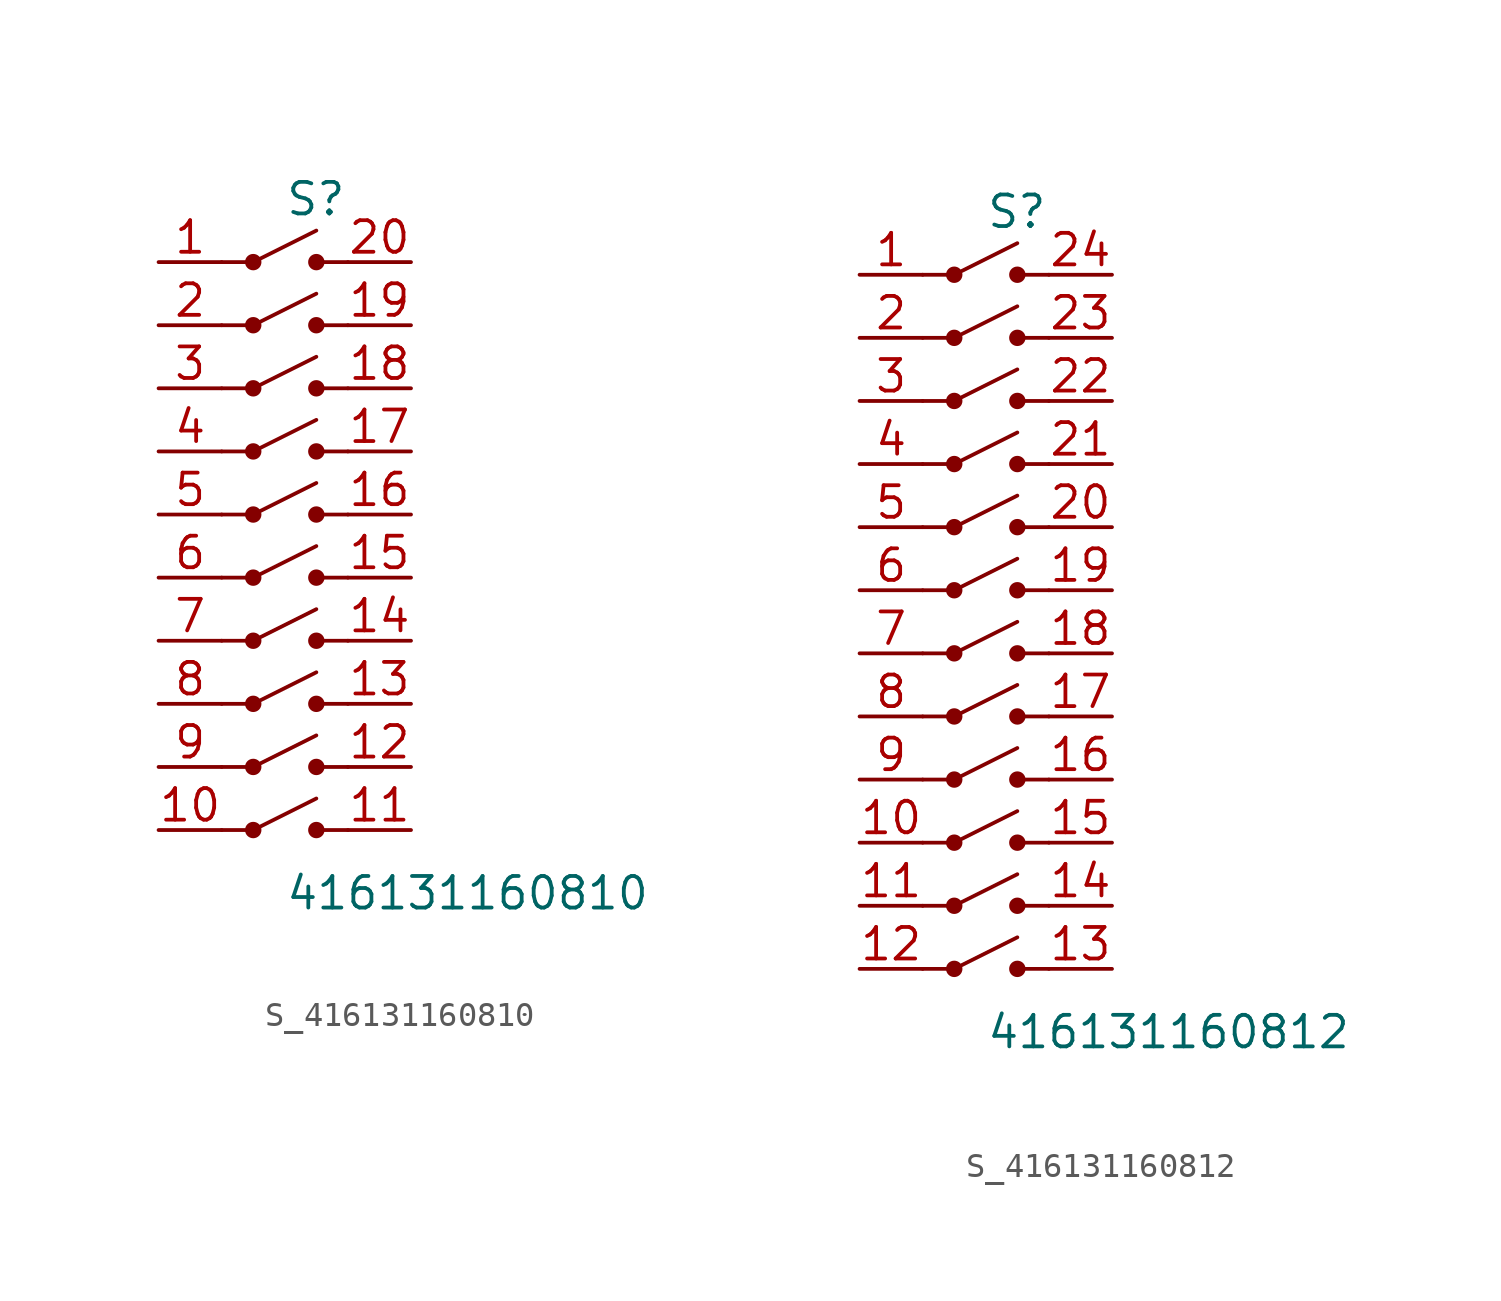
<source format=kicad_sym>
(kicad_symbol_lib
  (version 20231120)
  (generator kicad_symbol_editor)
  (generator_version 8.0)
  (symbol "S_416131160810"
    (pin_names
      (offset 0.254))
    (property "Reference" "S"
      (at 0.0 13.97 0)
      (effects (font (size 1.27 1.27)) (justify left)))
    (property "Value" "416131160810"
      (at 0.0 -13.97 0)
      (effects (font (size 1.27 1.27)) (justify left)))
    (symbol "S_416131160810_0_0"
      (pin unspecified line (at -5.08 11.43 0) (length 2.54) (name "" (effects (font (size 1.27 1.27)))) (number "1" (effects (font (size 1.27 1.27)))))
      (pin unspecified line (at -5.08 8.89 0) (length 2.54) (name "" (effects (font (size 1.27 1.27)))) (number "2" (effects (font (size 1.27 1.27)))))
      (pin unspecified line (at -5.08 6.35 0) (length 2.54) (name "" (effects (font (size 1.27 1.27)))) (number "3" (effects (font (size 1.27 1.27)))))
      (pin unspecified line (at -5.08 3.81 0) (length 2.54) (name "" (effects (font (size 1.27 1.27)))) (number "4" (effects (font (size 1.27 1.27)))))
      (pin unspecified line (at -5.08 1.27 0) (length 2.54) (name "" (effects (font (size 1.27 1.27)))) (number "5" (effects (font (size 1.27 1.27)))))
      (pin unspecified line (at -5.08 -1.27 0) (length 2.54) (name "" (effects (font (size 1.27 1.27)))) (number "6" (effects (font (size 1.27 1.27)))))
      (pin unspecified line (at -5.08 -3.81 0) (length 2.54) (name "" (effects (font (size 1.27 1.27)))) (number "7" (effects (font (size 1.27 1.27)))))
      (pin unspecified line (at -5.08 -6.35 0) (length 2.54) (name "" (effects (font (size 1.27 1.27)))) (number "8" (effects (font (size 1.27 1.27)))))
      (pin unspecified line (at -5.08 -8.89 0) (length 2.54) (name "" (effects (font (size 1.27 1.27)))) (number "9" (effects (font (size 1.27 1.27)))))
      (pin unspecified line (at -5.08 -11.43 0) (length 2.54) (name "" (effects (font (size 1.27 1.27)))) (number "10" (effects (font (size 1.27 1.27)))))
      (pin unspecified line (at 5.08 11.43 180) (length 2.54) (name "" (effects (font (size 1.27 1.27)))) (number "20" (effects (font (size 1.27 1.27)))))
      (pin unspecified line (at 5.08 8.89 180) (length 2.54) (name "" (effects (font (size 1.27 1.27)))) (number "19" (effects (font (size 1.27 1.27)))))
      (pin unspecified line (at 5.08 6.35 180) (length 2.54) (name "" (effects (font (size 1.27 1.27)))) (number "18" (effects (font (size 1.27 1.27)))))
      (pin unspecified line (at 5.08 3.81 180) (length 2.54) (name "" (effects (font (size 1.27 1.27)))) (number "17" (effects (font (size 1.27 1.27)))))
      (pin unspecified line (at 5.08 1.27 180) (length 2.54) (name "" (effects (font (size 1.27 1.27)))) (number "16" (effects (font (size 1.27 1.27)))))
      (pin unspecified line (at 5.08 -1.27 180) (length 2.54) (name "" (effects (font (size 1.27 1.27)))) (number "15" (effects (font (size 1.27 1.27)))))
      (pin unspecified line (at 5.08 -3.81 180) (length 2.54) (name "" (effects (font (size 1.27 1.27)))) (number "14" (effects (font (size 1.27 1.27)))))
      (pin unspecified line (at 5.08 -6.35 180) (length 2.54) (name "" (effects (font (size 1.27 1.27)))) (number "13" (effects (font (size 1.27 1.27)))))
      (pin unspecified line (at 5.08 -8.89 180) (length 2.54) (name "" (effects (font (size 1.27 1.27)))) (number "12" (effects (font (size 1.27 1.27)))))
      (pin unspecified line (at 5.08 -11.43 180) (length 2.54) (name "" (effects (font (size 1.27 1.27)))) (number "11" (effects (font (size 1.27 1.27)))))
      (polyline (pts (xy -2.54 11.43) (xy -1.27 11.43) (xy 1.27 12.7)) (stroke (width 0) (type default)) (fill (type none)))
      (circle (center -1.27 11.43) (radius 0.254) (stroke (width 0) (type solid)) (fill (type outline)))
      (circle (center 1.27 11.43) (radius 0.254) (stroke (width 0) (type solid)) (fill (type outline)))
      (polyline (pts (xy 2.54 11.43) (xy 1.27 11.43)) (stroke (width 0) (type default)) (fill (type none)))
      (polyline (pts (xy -2.54 8.89) (xy -1.27 8.89) (xy 1.27 10.16)) (stroke (width 0) (type default)) (fill (type none)))
      (circle (center -1.27 8.89) (radius 0.254) (stroke (width 0) (type solid)) (fill (type outline)))
      (circle (center 1.27 8.89) (radius 0.254) (stroke (width 0) (type solid)) (fill (type outline)))
      (polyline (pts (xy 2.54 8.89) (xy 1.27 8.89)) (stroke (width 0) (type default)) (fill (type none)))
      (polyline (pts (xy -2.54 6.35) (xy -1.27 6.35) (xy 1.27 7.62)) (stroke (width 0) (type default)) (fill (type none)))
      (circle (center -1.27 6.35) (radius 0.254) (stroke (width 0) (type solid)) (fill (type outline)))
      (circle (center 1.27 6.35) (radius 0.254) (stroke (width 0) (type solid)) (fill (type outline)))
      (polyline (pts (xy 2.54 6.35) (xy 1.27 6.35)) (stroke (width 0) (type default)) (fill (type none)))
      (polyline (pts (xy -2.54 3.81) (xy -1.27 3.81) (xy 1.27 5.08)) (stroke (width 0) (type default)) (fill (type none)))
      (circle (center -1.27 3.81) (radius 0.254) (stroke (width 0) (type solid)) (fill (type outline)))
      (circle (center 1.27 3.81) (radius 0.254) (stroke (width 0) (type solid)) (fill (type outline)))
      (polyline (pts (xy 2.54 3.81) (xy 1.27 3.81)) (stroke (width 0) (type default)) (fill (type none)))
      (polyline (pts (xy -2.54 1.27) (xy -1.27 1.27) (xy 1.27 2.54)) (stroke (width 0) (type default)) (fill (type none)))
      (circle (center -1.27 1.27) (radius 0.254) (stroke (width 0) (type solid)) (fill (type outline)))
      (circle (center 1.27 1.27) (radius 0.254) (stroke (width 0) (type solid)) (fill (type outline)))
      (polyline (pts (xy 2.54 1.27) (xy 1.27 1.27)) (stroke (width 0) (type default)) (fill (type none)))
      (polyline (pts (xy -2.54 -1.27) (xy -1.27 -1.27) (xy 1.27 4.440892098500626e-16)) (stroke (width 0) (type default)) (fill (type none)))
      (circle (center -1.27 -1.27) (radius 0.254) (stroke (width 0) (type solid)) (fill (type outline)))
      (circle (center 1.27 -1.27) (radius 0.254) (stroke (width 0) (type solid)) (fill (type outline)))
      (polyline (pts (xy 2.54 -1.27) (xy 1.27 -1.27)) (stroke (width 0) (type default)) (fill (type none)))
      (polyline (pts (xy -2.54 -3.81) (xy -1.27 -3.81) (xy 1.27 -2.54)) (stroke (width 0) (type default)) (fill (type none)))
      (circle (center -1.27 -3.81) (radius 0.254) (stroke (width 0) (type solid)) (fill (type outline)))
      (circle (center 1.27 -3.81) (radius 0.254) (stroke (width 0) (type solid)) (fill (type outline)))
      (polyline (pts (xy 2.54 -3.81) (xy 1.27 -3.81)) (stroke (width 0) (type default)) (fill (type none)))
      (polyline (pts (xy -2.54 -6.35) (xy -1.27 -6.35) (xy 1.27 -5.08)) (stroke (width 0) (type default)) (fill (type none)))
      (circle (center -1.27 -6.35) (radius 0.254) (stroke (width 0) (type solid)) (fill (type outline)))
      (circle (center 1.27 -6.35) (radius 0.254) (stroke (width 0) (type solid)) (fill (type outline)))
      (polyline (pts (xy 2.54 -6.35) (xy 1.27 -6.35)) (stroke (width 0) (type default)) (fill (type none)))
      (polyline (pts (xy -2.54 -8.89) (xy -1.27 -8.89) (xy 1.27 -7.62)) (stroke (width 0) (type default)) (fill (type none)))
      (circle (center -1.27 -8.89) (radius 0.254) (stroke (width 0) (type solid)) (fill (type outline)))
      (circle (center 1.27 -8.89) (radius 0.254) (stroke (width 0) (type solid)) (fill (type outline)))
      (polyline (pts (xy 2.54 -8.89) (xy 1.27 -8.89)) (stroke (width 0) (type default)) (fill (type none)))
      (polyline (pts (xy -2.54 -11.43) (xy -1.27 -11.43) (xy 1.27 -10.16)) (stroke (width 0) (type default)) (fill (type none)))
      (circle (center -1.27 -11.43) (radius 0.254) (stroke (width 0) (type solid)) (fill (type outline)))
      (circle (center 1.27 -11.43) (radius 0.254) (stroke (width 0) (type solid)) (fill (type outline)))
      (polyline (pts (xy 2.54 -11.43) (xy 1.27 -11.43)) (stroke (width 0) (type default)) (fill (type none))))
    (symbol "S_416131160810_1_0"))
  (symbol "S_416131160812"
    (pin_names
      (offset 0.254))
    (property "Reference" "S"
      (at 0.0 16.51 0)
      (effects (font (size 1.27 1.27)) (justify left)))
    (property "Value" "416131160812"
      (at 0.0 -16.51 0)
      (effects (font (size 1.27 1.27)) (justify left)))
    (symbol "S_416131160812_0_0"
      (pin unspecified line (at -5.08 13.97 0) (length 2.54) (name "" (effects (font (size 1.27 1.27)))) (number "1" (effects (font (size 1.27 1.27)))))
      (pin unspecified line (at -5.08 11.43 0) (length 2.54) (name "" (effects (font (size 1.27 1.27)))) (number "2" (effects (font (size 1.27 1.27)))))
      (pin unspecified line (at -5.08 8.89 0) (length 2.54) (name "" (effects (font (size 1.27 1.27)))) (number "3" (effects (font (size 1.27 1.27)))))
      (pin unspecified line (at -5.08 6.35 0) (length 2.54) (name "" (effects (font (size 1.27 1.27)))) (number "4" (effects (font (size 1.27 1.27)))))
      (pin unspecified line (at -5.08 3.81 0) (length 2.54) (name "" (effects (font (size 1.27 1.27)))) (number "5" (effects (font (size 1.27 1.27)))))
      (pin unspecified line (at -5.08 1.27 0) (length 2.54) (name "" (effects (font (size 1.27 1.27)))) (number "6" (effects (font (size 1.27 1.27)))))
      (pin unspecified line (at -5.08 -1.27 0) (length 2.54) (name "" (effects (font (size 1.27 1.27)))) (number "7" (effects (font (size 1.27 1.27)))))
      (pin unspecified line (at -5.08 -3.81 0) (length 2.54) (name "" (effects (font (size 1.27 1.27)))) (number "8" (effects (font (size 1.27 1.27)))))
      (pin unspecified line (at -5.08 -6.35 0) (length 2.54) (name "" (effects (font (size 1.27 1.27)))) (number "9" (effects (font (size 1.27 1.27)))))
      (pin unspecified line (at -5.08 -8.89 0) (length 2.54) (name "" (effects (font (size 1.27 1.27)))) (number "10" (effects (font (size 1.27 1.27)))))
      (pin unspecified line (at -5.08 -11.43 0) (length 2.54) (name "" (effects (font (size 1.27 1.27)))) (number "11" (effects (font (size 1.27 1.27)))))
      (pin unspecified line (at -5.08 -13.97 0) (length 2.54) (name "" (effects (font (size 1.27 1.27)))) (number "12" (effects (font (size 1.27 1.27)))))
      (pin unspecified line (at 5.08 13.97 180) (length 2.54) (name "" (effects (font (size 1.27 1.27)))) (number "24" (effects (font (size 1.27 1.27)))))
      (pin unspecified line (at 5.08 11.43 180) (length 2.54) (name "" (effects (font (size 1.27 1.27)))) (number "23" (effects (font (size 1.27 1.27)))))
      (pin unspecified line (at 5.08 8.89 180) (length 2.54) (name "" (effects (font (size 1.27 1.27)))) (number "22" (effects (font (size 1.27 1.27)))))
      (pin unspecified line (at 5.08 6.35 180) (length 2.54) (name "" (effects (font (size 1.27 1.27)))) (number "21" (effects (font (size 1.27 1.27)))))
      (pin unspecified line (at 5.08 3.81 180) (length 2.54) (name "" (effects (font (size 1.27 1.27)))) (number "20" (effects (font (size 1.27 1.27)))))
      (pin unspecified line (at 5.08 1.27 180) (length 2.54) (name "" (effects (font (size 1.27 1.27)))) (number "19" (effects (font (size 1.27 1.27)))))
      (pin unspecified line (at 5.08 -1.27 180) (length 2.54) (name "" (effects (font (size 1.27 1.27)))) (number "18" (effects (font (size 1.27 1.27)))))
      (pin unspecified line (at 5.08 -3.81 180) (length 2.54) (name "" (effects (font (size 1.27 1.27)))) (number "17" (effects (font (size 1.27 1.27)))))
      (pin unspecified line (at 5.08 -6.35 180) (length 2.54) (name "" (effects (font (size 1.27 1.27)))) (number "16" (effects (font (size 1.27 1.27)))))
      (pin unspecified line (at 5.08 -8.89 180) (length 2.54) (name "" (effects (font (size 1.27 1.27)))) (number "15" (effects (font (size 1.27 1.27)))))
      (pin unspecified line (at 5.08 -11.43 180) (length 2.54) (name "" (effects (font (size 1.27 1.27)))) (number "14" (effects (font (size 1.27 1.27)))))
      (pin unspecified line (at 5.08 -13.97 180) (length 2.54) (name "" (effects (font (size 1.27 1.27)))) (number "13" (effects (font (size 1.27 1.27)))))
      (polyline (pts (xy -2.54 13.97) (xy -1.27 13.97) (xy 1.27 15.24)) (stroke (width 0) (type default)) (fill (type none)))
      (circle (center -1.27 13.97) (radius 0.254) (stroke (width 0) (type solid)) (fill (type outline)))
      (circle (center 1.27 13.97) (radius 0.254) (stroke (width 0) (type solid)) (fill (type outline)))
      (polyline (pts (xy 2.54 13.97) (xy 1.27 13.97)) (stroke (width 0) (type default)) (fill (type none)))
      (polyline (pts (xy -2.54 11.43) (xy -1.27 11.43) (xy 1.27 12.7)) (stroke (width 0) (type default)) (fill (type none)))
      (circle (center -1.27 11.43) (radius 0.254) (stroke (width 0) (type solid)) (fill (type outline)))
      (circle (center 1.27 11.43) (radius 0.254) (stroke (width 0) (type solid)) (fill (type outline)))
      (polyline (pts (xy 2.54 11.43) (xy 1.27 11.43)) (stroke (width 0) (type default)) (fill (type none)))
      (polyline (pts (xy -2.54 8.89) (xy -1.27 8.89) (xy 1.27 10.16)) (stroke (width 0) (type default)) (fill (type none)))
      (circle (center -1.27 8.89) (radius 0.254) (stroke (width 0) (type solid)) (fill (type outline)))
      (circle (center 1.27 8.89) (radius 0.254) (stroke (width 0) (type solid)) (fill (type outline)))
      (polyline (pts (xy 2.54 8.89) (xy 1.27 8.89)) (stroke (width 0) (type default)) (fill (type none)))
      (polyline (pts (xy -2.54 6.35) (xy -1.27 6.35) (xy 1.27 7.62)) (stroke (width 0) (type default)) (fill (type none)))
      (circle (center -1.27 6.35) (radius 0.254) (stroke (width 0) (type solid)) (fill (type outline)))
      (circle (center 1.27 6.35) (radius 0.254) (stroke (width 0) (type solid)) (fill (type outline)))
      (polyline (pts (xy 2.54 6.35) (xy 1.27 6.35)) (stroke (width 0) (type default)) (fill (type none)))
      (polyline (pts (xy -2.54 3.81) (xy -1.27 3.81) (xy 1.27 5.08)) (stroke (width 0) (type default)) (fill (type none)))
      (circle (center -1.27 3.81) (radius 0.254) (stroke (width 0) (type solid)) (fill (type outline)))
      (circle (center 1.27 3.81) (radius 0.254) (stroke (width 0) (type solid)) (fill (type outline)))
      (polyline (pts (xy 2.54 3.81) (xy 1.27 3.81)) (stroke (width 0) (type default)) (fill (type none)))
      (polyline (pts (xy -2.54 1.27) (xy -1.27 1.27) (xy 1.27 2.54)) (stroke (width 0) (type default)) (fill (type none)))
      (circle (center -1.27 1.27) (radius 0.254) (stroke (width 0) (type solid)) (fill (type outline)))
      (circle (center 1.27 1.27) (radius 0.254) (stroke (width 0) (type solid)) (fill (type outline)))
      (polyline (pts (xy 2.54 1.27) (xy 1.27 1.27)) (stroke (width 0) (type default)) (fill (type none)))
      (polyline (pts (xy -2.54 -1.27) (xy -1.27 -1.27) (xy 1.27 4.440892098500626e-16)) (stroke (width 0) (type default)) (fill (type none)))
      (circle (center -1.27 -1.27) (radius 0.254) (stroke (width 0) (type solid)) (fill (type outline)))
      (circle (center 1.27 -1.27) (radius 0.254) (stroke (width 0) (type solid)) (fill (type outline)))
      (polyline (pts (xy 2.54 -1.27) (xy 1.27 -1.27)) (stroke (width 0) (type default)) (fill (type none)))
      (polyline (pts (xy -2.54 -3.81) (xy -1.27 -3.81) (xy 1.27 -2.54)) (stroke (width 0) (type default)) (fill (type none)))
      (circle (center -1.27 -3.81) (radius 0.254) (stroke (width 0) (type solid)) (fill (type outline)))
      (circle (center 1.27 -3.81) (radius 0.254) (stroke (width 0) (type solid)) (fill (type outline)))
      (polyline (pts (xy 2.54 -3.81) (xy 1.27 -3.81)) (stroke (width 0) (type default)) (fill (type none)))
      (polyline (pts (xy -2.54 -6.35) (xy -1.27 -6.35) (xy 1.27 -5.08)) (stroke (width 0) (type default)) (fill (type none)))
      (circle (center -1.27 -6.35) (radius 0.254) (stroke (width 0) (type solid)) (fill (type outline)))
      (circle (center 1.27 -6.35) (radius 0.254) (stroke (width 0) (type solid)) (fill (type outline)))
      (polyline (pts (xy 2.54 -6.35) (xy 1.27 -6.35)) (stroke (width 0) (type default)) (fill (type none)))
      (polyline (pts (xy -2.54 -8.89) (xy -1.27 -8.89) (xy 1.27 -7.62)) (stroke (width 0) (type default)) (fill (type none)))
      (circle (center -1.27 -8.89) (radius 0.254) (stroke (width 0) (type solid)) (fill (type outline)))
      (circle (center 1.27 -8.89) (radius 0.254) (stroke (width 0) (type solid)) (fill (type outline)))
      (polyline (pts (xy 2.54 -8.89) (xy 1.27 -8.89)) (stroke (width 0) (type default)) (fill (type none)))
      (polyline (pts (xy -2.54 -11.43) (xy -1.27 -11.43) (xy 1.27 -10.16)) (stroke (width 0) (type default)) (fill (type none)))
      (circle (center -1.27 -11.43) (radius 0.254) (stroke (width 0) (type solid)) (fill (type outline)))
      (circle (center 1.27 -11.43) (radius 0.254) (stroke (width 0) (type solid)) (fill (type outline)))
      (polyline (pts (xy 2.54 -11.43) (xy 1.27 -11.43)) (stroke (width 0) (type default)) (fill (type none)))
      (polyline (pts (xy -2.54 -13.97) (xy -1.27 -13.97) (xy 1.27 -12.7)) (stroke (width 0) (type default)) (fill (type none)))
      (circle (center -1.27 -13.97) (radius 0.254) (stroke (width 0) (type solid)) (fill (type outline)))
      (circle (center 1.27 -13.97) (radius 0.254) (stroke (width 0) (type solid)) (fill (type outline)))
      (polyline (pts (xy 2.54 -13.97) (xy 1.27 -13.97)) (stroke (width 0) (type default)) (fill (type none))))
    (symbol "S_416131160812_1_0")))
</source>
